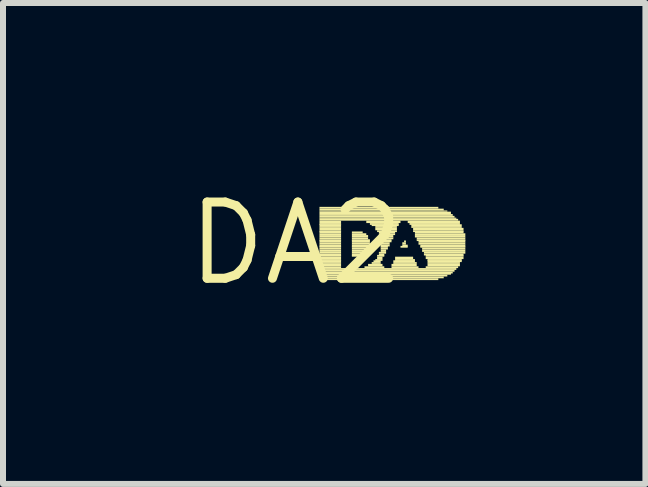
<source format=kicad_pcb>
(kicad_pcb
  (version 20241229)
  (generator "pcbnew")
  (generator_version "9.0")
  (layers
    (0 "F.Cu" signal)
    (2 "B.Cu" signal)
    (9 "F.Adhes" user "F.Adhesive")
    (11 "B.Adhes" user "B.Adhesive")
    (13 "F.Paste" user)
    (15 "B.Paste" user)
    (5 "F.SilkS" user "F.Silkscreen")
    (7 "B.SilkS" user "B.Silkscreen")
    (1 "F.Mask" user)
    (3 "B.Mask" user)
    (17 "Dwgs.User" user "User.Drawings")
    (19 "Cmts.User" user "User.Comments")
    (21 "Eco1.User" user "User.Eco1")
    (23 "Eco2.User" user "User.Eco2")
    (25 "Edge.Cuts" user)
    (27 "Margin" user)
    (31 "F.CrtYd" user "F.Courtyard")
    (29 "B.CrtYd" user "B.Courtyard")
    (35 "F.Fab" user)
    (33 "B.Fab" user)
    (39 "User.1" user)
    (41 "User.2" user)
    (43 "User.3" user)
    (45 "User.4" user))
  (footprint "DA2"
    (layer "F.Cu")
    (at 1.882 1.006)
    (property "Reference" "DA2" (at 0 0 0) (layer "F.SilkS") (effects (font (size 1.27 1.27) (thickness 0.15))))
    (fp_poly (pts (xy 0.39 -0.58) (xy 2.37 -0.58) (xy 2.37 -0.61) (xy 0.39 -0.61)) (stroke (width 0) (type solid)) (fill yes) (layer "F.SilkS"))
    (fp_poly (pts (xy 0.39 -0.55) (xy 2.46 -0.55) (xy 2.46 -0.58) (xy 0.39 -0.58)) (stroke (width 0) (type solid)) (fill yes) (layer "F.SilkS"))
    (fp_poly (pts (xy 0.39 -0.53) (xy 2.52 -0.53) (xy 2.52 -0.55) (xy 0.39 -0.55)) (stroke (width 0) (type solid)) (fill yes) (layer "F.SilkS"))
    (fp_poly (pts (xy 0.39 -0.49) (xy 2.58 -0.49) (xy 2.58 -0.53) (xy 0.39 -0.53)) (stroke (width 0) (type solid)) (fill yes) (layer "F.SilkS"))
    (fp_poly (pts (xy 0.39 -0.46) (xy 2.61 -0.46) (xy 2.61 -0.49) (xy 0.39 -0.49)) (stroke (width 0) (type solid)) (fill yes) (layer "F.SilkS"))
    (fp_poly (pts (xy 0.39 -0.43) (xy 2.64 -0.43) (xy 2.64 -0.46) (xy 0.39 -0.46)) (stroke (width 0) (type solid)) (fill yes) (layer "F.SilkS"))
    (fp_poly (pts (xy 0.39 -0.41) (xy 2.67 -0.41) (xy 2.67 -0.43) (xy 0.39 -0.43)) (stroke (width 0) (type solid)) (fill yes) (layer "F.SilkS"))
    (fp_poly (pts (xy 0.39 -0.38) (xy 2.7 -0.38) (xy 2.7 -0.41) (xy 0.39 -0.41)) (stroke (width 0) (type solid)) (fill yes) (layer "F.SilkS"))
    (fp_poly (pts (xy 0.39 -0.34) (xy 0.75 -0.34) (xy 0.75 -0.38) (xy 0.39 -0.38)) (stroke (width 0) (type solid)) (fill yes) (layer "F.SilkS"))
    (fp_poly (pts (xy 0.39 -0.31) (xy 0.75 -0.31) (xy 0.75 -0.34) (xy 0.39 -0.34)) (stroke (width 0) (type solid)) (fill yes) (layer "F.SilkS"))
    (fp_poly (pts (xy 0.39 -0.29) (xy 0.75 -0.29) (xy 0.75 -0.32) (xy 0.39 -0.32)) (stroke (width 0) (type solid)) (fill yes) (layer "F.SilkS"))
    (fp_poly (pts (xy 0.39 -0.26) (xy 0.75 -0.26) (xy 0.75 -0.29) (xy 0.39 -0.29)) (stroke (width 0) (type solid)) (fill yes) (layer "F.SilkS"))
    (fp_poly (pts (xy 0.39 -0.22) (xy 0.75 -0.22) (xy 0.75 -0.26) (xy 0.39 -0.26)) (stroke (width 0) (type solid)) (fill yes) (layer "F.SilkS"))
    (fp_poly (pts (xy 0.39 -0.19) (xy 0.75 -0.19) (xy 0.75 -0.22) (xy 0.39 -0.22)) (stroke (width 0) (type solid)) (fill yes) (layer "F.SilkS"))
    (fp_poly (pts (xy 0.39 -0.17) (xy 0.75 -0.17) (xy 0.75 -0.2) (xy 0.39 -0.2)) (stroke (width 0) (type solid)) (fill yes) (layer "F.SilkS"))
    (fp_poly (pts (xy 0.39 -0.14) (xy 0.75 -0.14) (xy 0.75 -0.17) (xy 0.39 -0.17)) (stroke (width 0) (type solid)) (fill yes) (layer "F.SilkS"))
    (fp_poly (pts (xy 0.39 -0.1) (xy 0.75 -0.1) (xy 0.75 -0.14) (xy 0.39 -0.14)) (stroke (width 0) (type solid)) (fill yes) (layer "F.SilkS"))
    (fp_poly (pts (xy 0.39 -0.07) (xy 0.75 -0.07) (xy 0.75 -0.1) (xy 0.39 -0.1)) (stroke (width 0) (type solid)) (fill yes) (layer "F.SilkS"))
    (fp_poly (pts (xy 0.39 -0.04) (xy 0.75 -0.04) (xy 0.75 -0.07) (xy 0.39 -0.07)) (stroke (width 0) (type solid)) (fill yes) (layer "F.SilkS"))
    (fp_poly (pts (xy 0.39 -0.02) (xy 0.75 -0.02) (xy 0.75 -0.05) (xy 0.39 -0.05)) (stroke (width 0) (type solid)) (fill yes) (layer "F.SilkS"))
    (fp_poly (pts (xy 0.39 0.02) (xy 0.75 0.02) (xy 0.75 -0.02) (xy 0.39 -0.02)) (stroke (width 0) (type solid)) (fill yes) (layer "F.SilkS"))
    (fp_poly (pts (xy 0.39 0.05) (xy 0.75 0.05) (xy 0.75 0.02) (xy 0.39 0.02)) (stroke (width 0) (type solid)) (fill yes) (layer "F.SilkS"))
    (fp_poly (pts (xy 0.39 0.07) (xy 0.75 0.07) (xy 0.75 0.04) (xy 0.39 0.04)) (stroke (width 0) (type solid)) (fill yes) (layer "F.SilkS"))
    (fp_poly (pts (xy 0.39 0.1) (xy 0.75 0.1) (xy 0.75 0.07) (xy 0.39 0.07)) (stroke (width 0) (type solid)) (fill yes) (layer "F.SilkS"))
    (fp_poly (pts (xy 0.39 0.14) (xy 0.75 0.14) (xy 0.75 0.1) (xy 0.39 0.1)) (stroke (width 0) (type solid)) (fill yes) (layer "F.SilkS"))
    (fp_poly (pts (xy 0.39 0.17) (xy 0.75 0.17) (xy 0.75 0.14) (xy 0.39 0.14)) (stroke (width 0) (type solid)) (fill yes) (layer "F.SilkS"))
    (fp_poly (pts (xy 0.39 0.2) (xy 0.75 0.2) (xy 0.75 0.17) (xy 0.39 0.17)) (stroke (width 0) (type solid)) (fill yes) (layer "F.SilkS"))
    (fp_poly (pts (xy 0.39 0.22) (xy 0.75 0.22) (xy 0.75 0.19) (xy 0.39 0.19)) (stroke (width 0) (type solid)) (fill yes) (layer "F.SilkS"))
    (fp_poly (pts (xy 0.39 0.26) (xy 0.75 0.26) (xy 0.75 0.22) (xy 0.39 0.22)) (stroke (width 0) (type solid)) (fill yes) (layer "F.SilkS"))
    (fp_poly (pts (xy 0.39 0.29) (xy 0.75 0.29) (xy 0.75 0.26) (xy 0.39 0.26)) (stroke (width 0) (type solid)) (fill yes) (layer "F.SilkS"))
    (fp_poly (pts (xy 0.39 0.31) (xy 0.75 0.31) (xy 0.75 0.28) (xy 0.39 0.28)) (stroke (width 0) (type solid)) (fill yes) (layer "F.SilkS"))
    (fp_poly (pts (xy 0.39 0.34) (xy 0.75 0.34) (xy 0.75 0.31) (xy 0.39 0.31)) (stroke (width 0) (type solid)) (fill yes) (layer "F.SilkS"))
    (fp_poly (pts (xy 0.39 0.38) (xy 0.75 0.38) (xy 0.75 0.34) (xy 0.39 0.34)) (stroke (width 0) (type solid)) (fill yes) (layer "F.SilkS"))
    (fp_poly (pts (xy 0.39 0.41) (xy 0.75 0.41) (xy 0.75 0.38) (xy 0.39 0.38)) (stroke (width 0) (type solid)) (fill yes) (layer "F.SilkS"))
    (fp_poly (pts (xy 0.39 0.44) (xy 2.67 0.44) (xy 2.67 0.41) (xy 0.39 0.41)) (stroke (width 0) (type solid)) (fill yes) (layer "F.SilkS"))
    (fp_poly (pts (xy 0.39 0.47) (xy 2.64 0.47) (xy 2.64 0.44) (xy 0.39 0.44)) (stroke (width 0) (type solid)) (fill yes) (layer "F.SilkS"))
    (fp_poly (pts (xy 0.39 0.5) (xy 2.61 0.5) (xy 2.61 0.47) (xy 0.39 0.47)) (stroke (width 0) (type solid)) (fill yes) (layer "F.SilkS"))
    (fp_poly (pts (xy 0.39 0.52) (xy 2.58 0.52) (xy 2.58 0.49) (xy 0.39 0.49)) (stroke (width 0) (type solid)) (fill yes) (layer "F.SilkS"))
    (fp_poly (pts (xy 0.39 0.55) (xy 2.52 0.55) (xy 2.52 0.52) (xy 0.39 0.52)) (stroke (width 0) (type solid)) (fill yes) (layer "F.SilkS"))
    (fp_poly (pts (xy 0.39 0.58) (xy 2.46 0.58) (xy 2.46 0.55) (xy 0.39 0.55)) (stroke (width 0) (type solid)) (fill yes) (layer "F.SilkS"))
    (fp_poly (pts (xy 0.39 0.61) (xy 2.37 0.61) (xy 2.37 0.58) (xy 0.39 0.58)) (stroke (width 0) (type solid)) (fill yes) (layer "F.SilkS"))
    (fp_poly (pts (xy 0.93 -0.17) (xy 1.11 -0.17) (xy 1.11 -0.2) (xy 0.93 -0.2)) (stroke (width 0) (type solid)) (fill yes) (layer "F.SilkS"))
    (fp_poly (pts (xy 0.93 -0.14) (xy 1.17 -0.14) (xy 1.17 -0.17) (xy 0.93 -0.17)) (stroke (width 0) (type solid)) (fill yes) (layer "F.SilkS"))
    (fp_poly (pts (xy 0.93 -0.1) (xy 1.2 -0.1) (xy 1.2 -0.14) (xy 0.93 -0.14)) (stroke (width 0) (type solid)) (fill yes) (layer "F.SilkS"))
    (fp_poly (pts (xy 0.93 -0.07) (xy 1.2 -0.07) (xy 1.2 -0.1) (xy 0.93 -0.1)) (stroke (width 0) (type solid)) (fill yes) (layer "F.SilkS"))
    (fp_poly (pts (xy 0.93 -0.04) (xy 1.23 -0.04) (xy 1.23 -0.07) (xy 0.93 -0.07)) (stroke (width 0) (type solid)) (fill yes) (layer "F.SilkS"))
    (fp_poly (pts (xy 0.93 -0.02) (xy 1.23 -0.02) (xy 1.23 -0.05) (xy 0.93 -0.05)) (stroke (width 0) (type solid)) (fill yes) (layer "F.SilkS"))
    (fp_poly (pts (xy 0.93 0.02) (xy 1.23 0.02) (xy 1.23 -0.02) (xy 0.93 -0.02)) (stroke (width 0) (type solid)) (fill yes) (layer "F.SilkS"))
    (fp_poly (pts (xy 0.93 0.05) (xy 1.23 0.05) (xy 1.23 0.02) (xy 0.93 0.02)) (stroke (width 0) (type solid)) (fill yes) (layer "F.SilkS"))
    (fp_poly (pts (xy 0.93 0.07) (xy 1.23 0.07) (xy 1.23 0.04) (xy 0.93 0.04)) (stroke (width 0) (type solid)) (fill yes) (layer "F.SilkS"))
    (fp_poly (pts (xy 0.93 0.1) (xy 1.23 0.1) (xy 1.23 0.07) (xy 0.93 0.07)) (stroke (width 0) (type solid)) (fill yes) (layer "F.SilkS"))
    (fp_poly (pts (xy 0.93 0.14) (xy 1.2 0.14) (xy 1.2 0.1) (xy 0.93 0.1)) (stroke (width 0) (type solid)) (fill yes) (layer "F.SilkS"))
    (fp_poly (pts (xy 0.93 0.17) (xy 1.17 0.17) (xy 1.17 0.14) (xy 0.93 0.14)) (stroke (width 0) (type solid)) (fill yes) (layer "F.SilkS"))
    (fp_poly (pts (xy 0.93 0.2) (xy 1.14 0.2) (xy 1.14 0.17) (xy 0.93 0.17)) (stroke (width 0) (type solid)) (fill yes) (layer "F.SilkS"))
    (fp_poly (pts (xy 0.93 0.22) (xy 1.08 0.22) (xy 1.08 0.19) (xy 0.93 0.19)) (stroke (width 0) (type solid)) (fill yes) (layer "F.SilkS"))
    (fp_poly (pts (xy 1.14 0.41) (xy 1.47 0.41) (xy 1.47 0.38) (xy 1.14 0.38)) (stroke (width 0) (type solid)) (fill yes) (layer "F.SilkS"))
    (fp_poly (pts (xy 1.17 -0.34) (xy 1.74 -0.34) (xy 1.74 -0.38) (xy 1.17 -0.38)) (stroke (width 0) (type solid)) (fill yes) (layer "F.SilkS"))
    (fp_poly (pts (xy 1.2 0.38) (xy 1.44 0.38) (xy 1.44 0.34) (xy 1.2 0.34)) (stroke (width 0) (type solid)) (fill yes) (layer "F.SilkS"))
    (fp_poly (pts (xy 1.23 -0.31) (xy 1.71 -0.31) (xy 1.71 -0.34) (xy 1.23 -0.34)) (stroke (width 0) (type solid)) (fill yes) (layer "F.SilkS"))
    (fp_poly (pts (xy 1.26 -0.29) (xy 1.71 -0.29) (xy 1.71 -0.32) (xy 1.26 -0.32)) (stroke (width 0) (type solid)) (fill yes) (layer "F.SilkS"))
    (fp_poly (pts (xy 1.26 0.34) (xy 1.41 0.34) (xy 1.41 0.31) (xy 1.26 0.31)) (stroke (width 0) (type solid)) (fill yes) (layer "F.SilkS"))
    (fp_poly (pts (xy 1.29 0.31) (xy 1.41 0.31) (xy 1.41 0.28) (xy 1.29 0.28)) (stroke (width 0) (type solid)) (fill yes) (layer "F.SilkS"))
    (fp_poly (pts (xy 1.32 -0.26) (xy 1.68 -0.26) (xy 1.68 -0.29) (xy 1.32 -0.29)) (stroke (width 0) (type solid)) (fill yes) (layer "F.SilkS"))
    (fp_poly (pts (xy 1.32 -0.22) (xy 1.68 -0.22) (xy 1.68 -0.26) (xy 1.32 -0.26)) (stroke (width 0) (type solid)) (fill yes) (layer "F.SilkS"))
    (fp_poly (pts (xy 1.32 0.29) (xy 1.44 0.29) (xy 1.44 0.26) (xy 1.32 0.26)) (stroke (width 0) (type solid)) (fill yes) (layer "F.SilkS"))
    (fp_poly (pts (xy 1.35 -0.19) (xy 1.68 -0.19) (xy 1.68 -0.22) (xy 1.35 -0.22)) (stroke (width 0) (type solid)) (fill yes) (layer "F.SilkS"))
    (fp_poly (pts (xy 1.35 0.22) (xy 1.47 0.22) (xy 1.47 0.19) (xy 1.35 0.19)) (stroke (width 0) (type solid)) (fill yes) (layer "F.SilkS"))
    (fp_poly (pts (xy 1.35 0.26) (xy 1.44 0.26) (xy 1.44 0.22) (xy 1.35 0.22)) (stroke (width 0) (type solid)) (fill yes) (layer "F.SilkS"))
    (fp_poly (pts (xy 1.38 -0.17) (xy 1.65 -0.17) (xy 1.65 -0.2) (xy 1.38 -0.2)) (stroke (width 0) (type solid)) (fill yes) (layer "F.SilkS"))
    (fp_poly (pts (xy 1.38 -0.14) (xy 1.65 -0.14) (xy 1.65 -0.17) (xy 1.38 -0.17)) (stroke (width 0) (type solid)) (fill yes) (layer "F.SilkS"))
    (fp_poly (pts (xy 1.38 0.17) (xy 1.5 0.17) (xy 1.5 0.14) (xy 1.38 0.14)) (stroke (width 0) (type solid)) (fill yes) (layer "F.SilkS"))
    (fp_poly (pts (xy 1.38 0.2) (xy 1.47 0.2) (xy 1.47 0.17) (xy 1.38 0.17)) (stroke (width 0) (type solid)) (fill yes) (layer "F.SilkS"))
    (fp_poly (pts (xy 1.41 -0.1) (xy 1.62 -0.1) (xy 1.62 -0.14) (xy 1.41 -0.14)) (stroke (width 0) (type solid)) (fill yes) (layer "F.SilkS"))
    (fp_poly (pts (xy 1.41 -0.07) (xy 1.62 -0.07) (xy 1.62 -0.1) (xy 1.41 -0.1)) (stroke (width 0) (type solid)) (fill yes) (layer "F.SilkS"))
    (fp_poly (pts (xy 1.41 -0.04) (xy 1.59 -0.04) (xy 1.59 -0.07) (xy 1.41 -0.07)) (stroke (width 0) (type solid)) (fill yes) (layer "F.SilkS"))
    (fp_poly (pts (xy 1.41 -0.02) (xy 1.59 -0.02) (xy 1.59 -0.05) (xy 1.41 -0.05)) (stroke (width 0) (type solid)) (fill yes) (layer "F.SilkS"))
    (fp_poly (pts (xy 1.41 0.02) (xy 1.56 0.02) (xy 1.56 -0.02) (xy 1.41 -0.02)) (stroke (width 0) (type solid)) (fill yes) (layer "F.SilkS"))
    (fp_poly (pts (xy 1.41 0.05) (xy 1.56 0.05) (xy 1.56 0.02) (xy 1.41 0.02)) (stroke (width 0) (type solid)) (fill yes) (layer "F.SilkS"))
    (fp_poly (pts (xy 1.41 0.07) (xy 1.53 0.07) (xy 1.53 0.04) (xy 1.41 0.04)) (stroke (width 0) (type solid)) (fill yes) (layer "F.SilkS"))
    (fp_poly (pts (xy 1.41 0.1) (xy 1.53 0.1) (xy 1.53 0.07) (xy 1.41 0.07)) (stroke (width 0) (type solid)) (fill yes) (layer "F.SilkS"))
    (fp_poly (pts (xy 1.41 0.14) (xy 1.5 0.14) (xy 1.5 0.1) (xy 1.41 0.1)) (stroke (width 0) (type solid)) (fill yes) (layer "F.SilkS"))
    (fp_poly (pts (xy 1.59 0.38) (xy 2.01 0.38) (xy 2.01 0.34) (xy 1.59 0.34)) (stroke (width 0) (type solid)) (fill yes) (layer "F.SilkS"))
    (fp_poly (pts (xy 1.59 0.41) (xy 2.04 0.41) (xy 2.04 0.38) (xy 1.59 0.38)) (stroke (width 0) (type solid)) (fill yes) (layer "F.SilkS"))
    (fp_poly (pts (xy 1.62 0.31) (xy 1.98 0.31) (xy 1.98 0.28) (xy 1.62 0.28)) (stroke (width 0) (type solid)) (fill yes) (layer "F.SilkS"))
    (fp_poly (pts (xy 1.62 0.34) (xy 2.01 0.34) (xy 2.01 0.31) (xy 1.62 0.31)) (stroke (width 0) (type solid)) (fill yes) (layer "F.SilkS"))
    (fp_poly (pts (xy 1.65 0.26) (xy 1.95 0.26) (xy 1.95 0.22) (xy 1.65 0.22)) (stroke (width 0) (type solid)) (fill yes) (layer "F.SilkS"))
    (fp_poly (pts (xy 1.65 0.29) (xy 1.98 0.29) (xy 1.98 0.26) (xy 1.65 0.26)) (stroke (width 0) (type solid)) (fill yes) (layer "F.SilkS"))
    (fp_poly (pts (xy 1.74 0.07) (xy 1.86 0.07) (xy 1.86 0.04) (xy 1.74 0.04)) (stroke (width 0) (type solid)) (fill yes) (layer "F.SilkS"))
    (fp_poly (pts (xy 1.77 0.02) (xy 1.83 0.02) (xy 1.83 -0.02) (xy 1.77 -0.02)) (stroke (width 0) (type solid)) (fill yes) (layer "F.SilkS"))
    (fp_poly (pts (xy 1.77 0.05) (xy 1.86 0.05) (xy 1.86 0.02) (xy 1.77 0.02)) (stroke (width 0) (type solid)) (fill yes) (layer "F.SilkS"))
    (fp_poly (pts (xy 1.8 -0.02) (xy 1.83 -0.02) (xy 1.83 -0.05) (xy 1.8 -0.05)) (stroke (width 0) (type solid)) (fill yes) (layer "F.SilkS"))
    (fp_poly (pts (xy 1.86 -0.34) (xy 2.73 -0.34) (xy 2.73 -0.38) (xy 1.86 -0.38)) (stroke (width 0) (type solid)) (fill yes) (layer "F.SilkS"))
    (fp_poly (pts (xy 1.89 -0.31) (xy 2.73 -0.31) (xy 2.73 -0.34) (xy 1.89 -0.34)) (stroke (width 0) (type solid)) (fill yes) (layer "F.SilkS"))
    (fp_poly (pts (xy 1.92 -0.29) (xy 2.76 -0.29) (xy 2.76 -0.32) (xy 1.92 -0.32)) (stroke (width 0) (type solid)) (fill yes) (layer "F.SilkS"))
    (fp_poly (pts (xy 1.92 -0.26) (xy 2.76 -0.26) (xy 2.76 -0.29) (xy 1.92 -0.29)) (stroke (width 0) (type solid)) (fill yes) (layer "F.SilkS"))
    (fp_poly (pts (xy 1.95 -0.22) (xy 2.79 -0.22) (xy 2.79 -0.26) (xy 1.95 -0.26)) (stroke (width 0) (type solid)) (fill yes) (layer "F.SilkS"))
    (fp_poly (pts (xy 1.95 -0.19) (xy 2.79 -0.19) (xy 2.79 -0.22) (xy 1.95 -0.22)) (stroke (width 0) (type solid)) (fill yes) (layer "F.SilkS"))
    (fp_poly (pts (xy 1.98 -0.17) (xy 2.79 -0.17) (xy 2.79 -0.2) (xy 1.98 -0.2)) (stroke (width 0) (type solid)) (fill yes) (layer "F.SilkS"))
    (fp_poly (pts (xy 1.98 -0.14) (xy 2.82 -0.14) (xy 2.82 -0.17) (xy 1.98 -0.17)) (stroke (width 0) (type solid)) (fill yes) (layer "F.SilkS"))
    (fp_poly (pts (xy 1.98 -0.1) (xy 2.82 -0.1) (xy 2.82 -0.14) (xy 1.98 -0.14)) (stroke (width 0) (type solid)) (fill yes) (layer "F.SilkS"))
    (fp_poly (pts (xy 2.01 -0.07) (xy 2.82 -0.07) (xy 2.82 -0.1) (xy 2.01 -0.1)) (stroke (width 0) (type solid)) (fill yes) (layer "F.SilkS"))
    (fp_poly (pts (xy 2.01 -0.04) (xy 2.82 -0.04) (xy 2.82 -0.07) (xy 2.01 -0.07)) (stroke (width 0) (type solid)) (fill yes) (layer "F.SilkS"))
    (fp_poly (pts (xy 2.04 -0.02) (xy 2.82 -0.02) (xy 2.82 -0.05) (xy 2.04 -0.05)) (stroke (width 0) (type solid)) (fill yes) (layer "F.SilkS"))
    (fp_poly (pts (xy 2.04 0.02) (xy 2.82 0.02) (xy 2.82 -0.02) (xy 2.04 -0.02)) (stroke (width 0) (type solid)) (fill yes) (layer "F.SilkS"))
    (fp_poly (pts (xy 2.07 0.05) (xy 2.82 0.05) (xy 2.82 0.02) (xy 2.07 0.02)) (stroke (width 0) (type solid)) (fill yes) (layer "F.SilkS"))
    (fp_poly (pts (xy 2.07 0.07) (xy 2.82 0.07) (xy 2.82 0.04) (xy 2.07 0.04)) (stroke (width 0) (type solid)) (fill yes) (layer "F.SilkS"))
    (fp_poly (pts (xy 2.1 0.1) (xy 2.82 0.1) (xy 2.82 0.07) (xy 2.1 0.07)) (stroke (width 0) (type solid)) (fill yes) (layer "F.SilkS"))
    (fp_poly (pts (xy 2.1 0.14) (xy 2.82 0.14) (xy 2.82 0.1) (xy 2.1 0.1)) (stroke (width 0) (type solid)) (fill yes) (layer "F.SilkS"))
    (fp_poly (pts (xy 2.13 0.17) (xy 2.82 0.17) (xy 2.82 0.14) (xy 2.13 0.14)) (stroke (width 0) (type solid)) (fill yes) (layer "F.SilkS"))
    (fp_poly (pts (xy 2.13 0.2) (xy 2.79 0.2) (xy 2.79 0.17) (xy 2.13 0.17)) (stroke (width 0) (type solid)) (fill yes) (layer "F.SilkS"))
    (fp_poly (pts (xy 2.16 0.22) (xy 2.79 0.22) (xy 2.79 0.19) (xy 2.16 0.19)) (stroke (width 0) (type solid)) (fill yes) (layer "F.SilkS"))
    (fp_poly (pts (xy 2.16 0.26) (xy 2.79 0.26) (xy 2.79 0.22) (xy 2.16 0.22)) (stroke (width 0) (type solid)) (fill yes) (layer "F.SilkS"))
    (fp_poly (pts (xy 2.16 0.41) (xy 2.7 0.41) (xy 2.7 0.38) (xy 2.16 0.38)) (stroke (width 0) (type solid)) (fill yes) (layer "F.SilkS"))
    (fp_poly (pts (xy 2.19 0.29) (xy 2.76 0.29) (xy 2.76 0.26) (xy 2.19 0.26)) (stroke (width 0) (type solid)) (fill yes) (layer "F.SilkS"))
    (fp_poly (pts (xy 2.19 0.31) (xy 2.76 0.31) (xy 2.76 0.28) (xy 2.19 0.28)) (stroke (width 0) (type solid)) (fill yes) (layer "F.SilkS"))
    (fp_poly (pts (xy 2.19 0.34) (xy 2.73 0.34) (xy 2.73 0.31) (xy 2.19 0.31)) (stroke (width 0) (type solid)) (fill yes) (layer "F.SilkS"))
    (fp_poly (pts (xy 2.19 0.38) (xy 2.73 0.38) (xy 2.73 0.34) (xy 2.19 0.34)) (stroke (width 0) (type solid)) (fill yes) (layer "F.SilkS")))
  (gr_rect
    (start -3 -3)
    (end 7.702 5.012)
    (stroke (width 0.1) (type default))
    (fill no)
    (layer "Edge.Cuts")))
</source>
